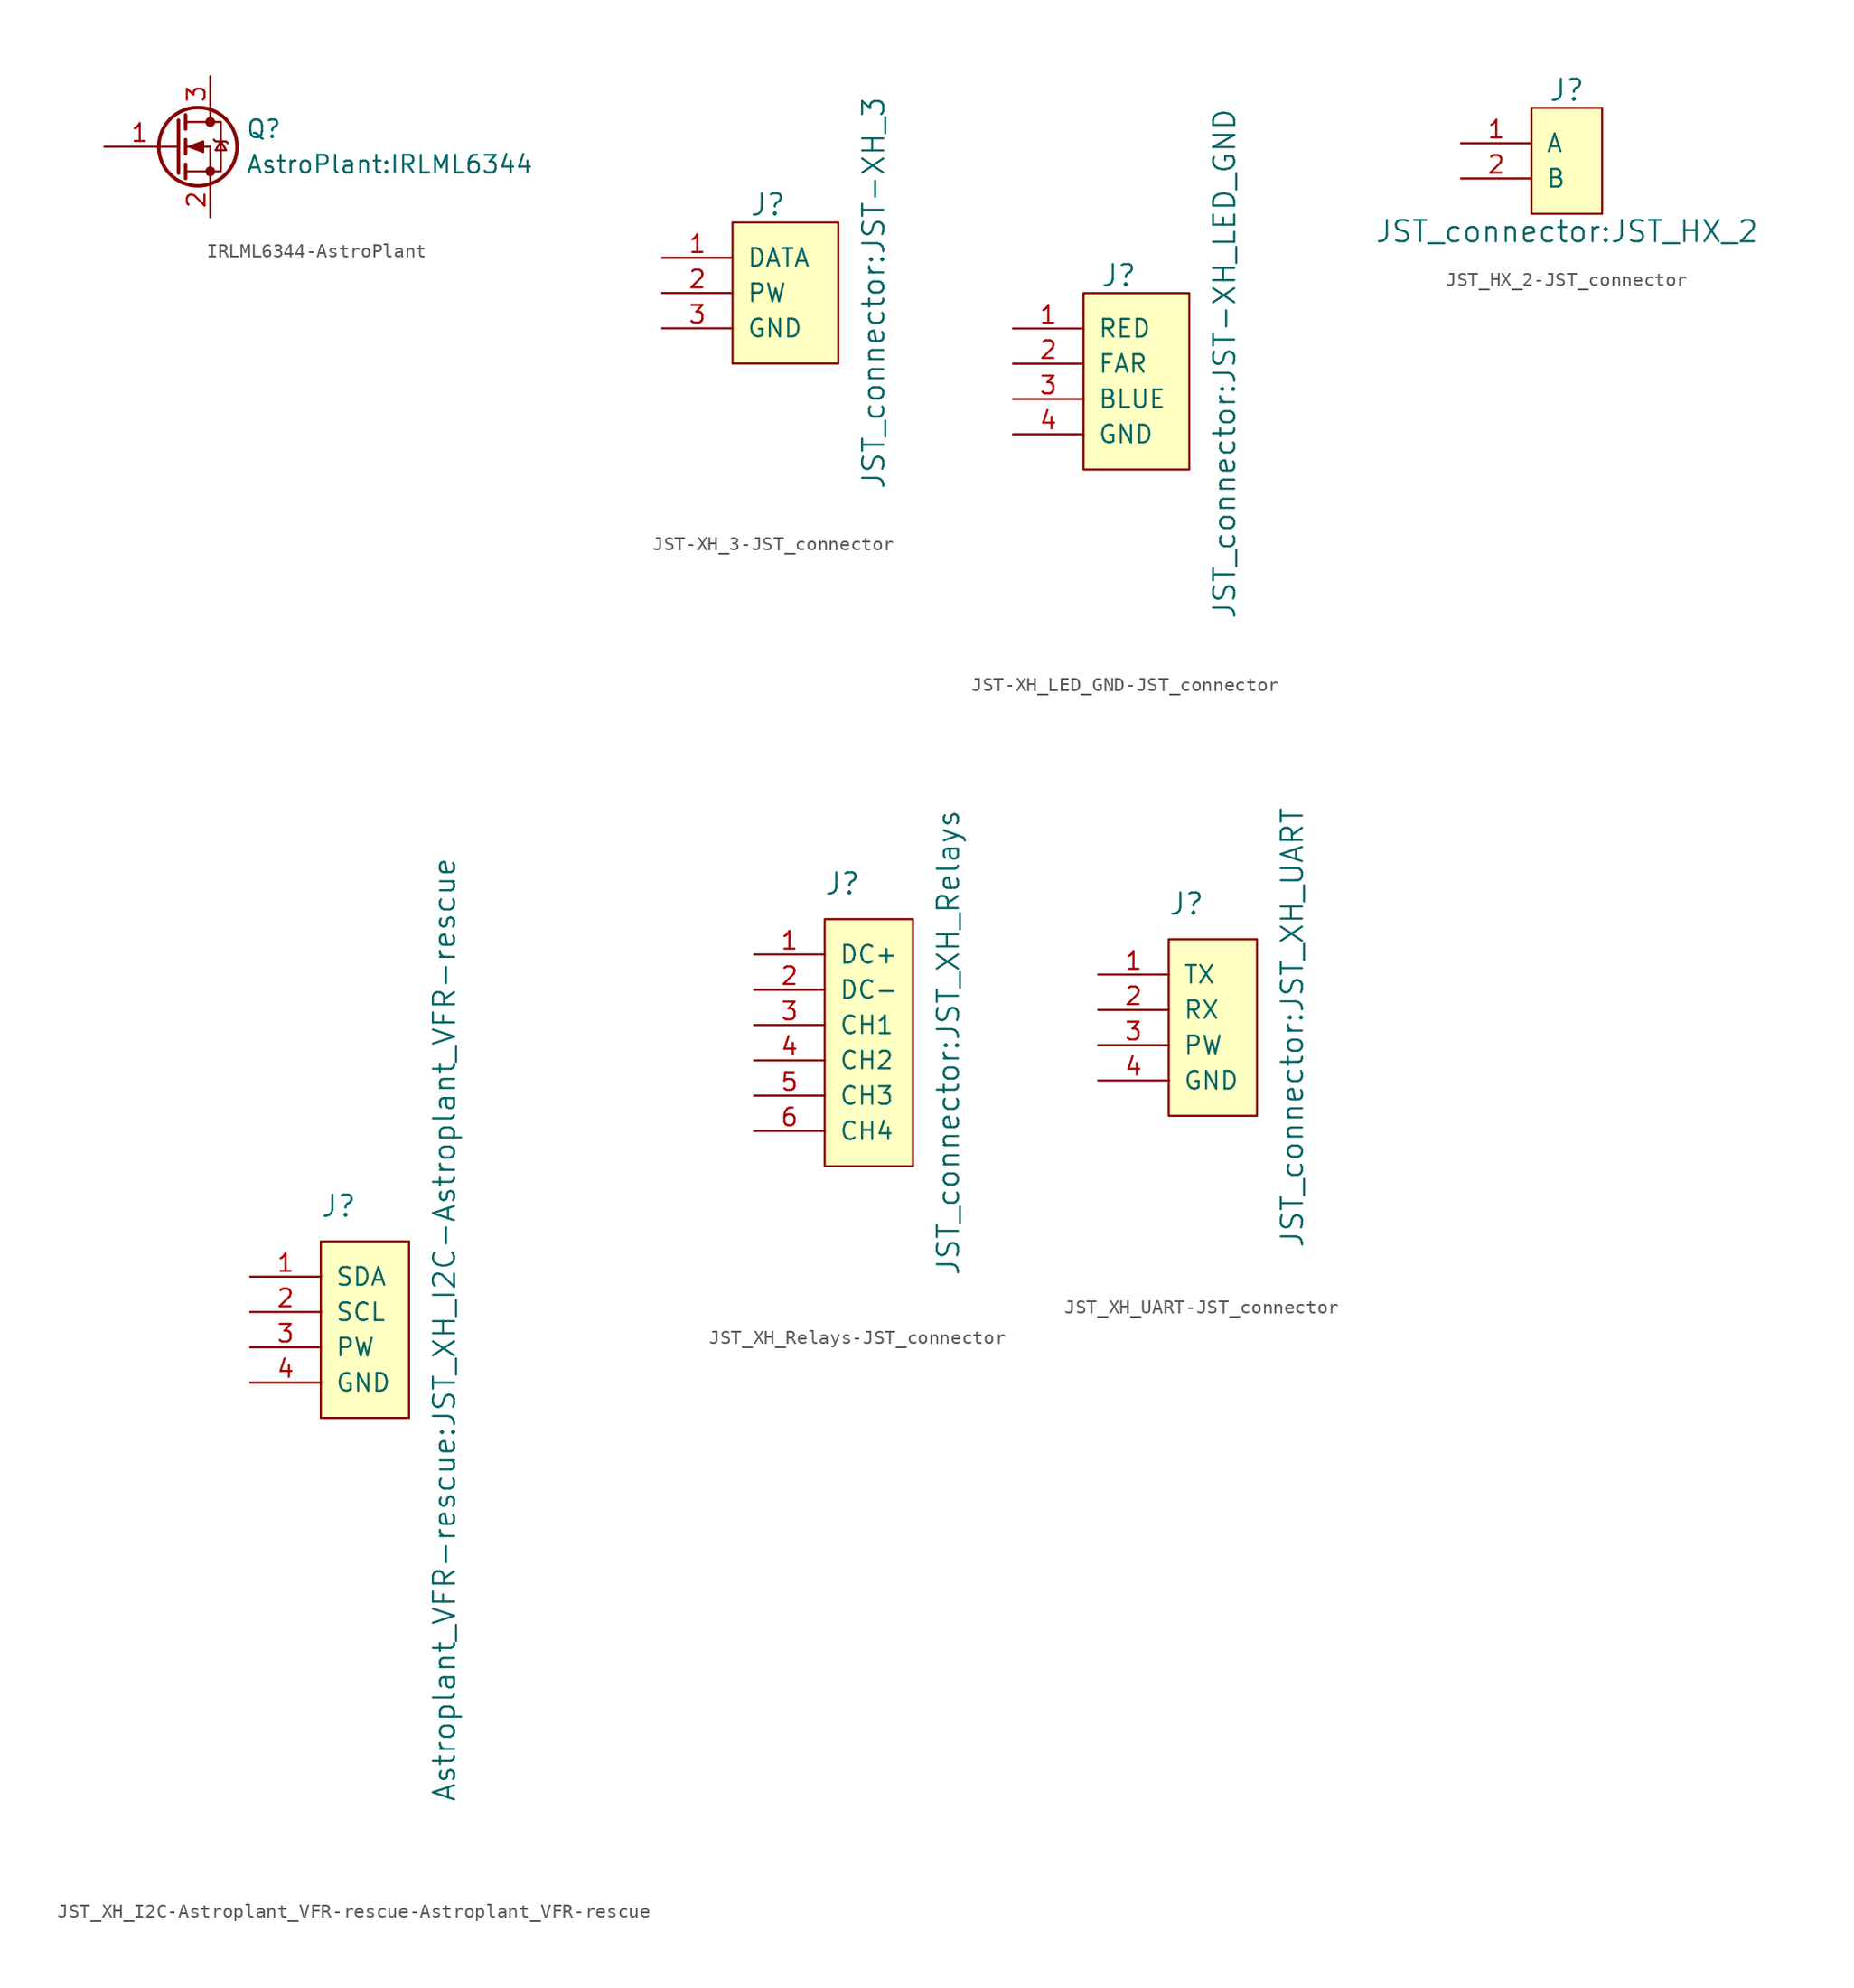
<source format=kicad_sym>
(kicad_symbol_lib
  (version 20220914)
  (generator kicad_symbol_editor)
  (symbol "IRLML6344-AstroPlant"
    (pin_names
      (offset 0) hide)
    (property "Reference" "Q"
      (at 5.08 1.27 0)
      (effects (font (size 1.27 1.27)) (justify left)))
    (property "Value" "AstroPlant:IRLML6344"
      (at 5.08 -1.27 0)
      (effects (font (size 1.27 1.27)) (justify left)))
    (symbol "IRLML6344-AstroPlant_0_1"
      (polyline (pts (xy 0.051 0) (xy 0.254 0)) (stroke (width 0) (type solid)) (fill (type none)))
      (polyline (pts (xy 0.762 -1.778) (xy 2.54 -1.778)) (stroke (width 0) (type solid)) (fill (type none)))
      (polyline (pts (xy 0.762 -1.27) (xy 0.762 -2.286)) (stroke (width 0.254) (type solid)) (fill (type none)))
      (polyline (pts (xy 0.762 0) (xy 2.54 0)) (stroke (width 0) (type solid)) (fill (type none)))
      (polyline (pts (xy 0.762 0.508) (xy 0.762 -0.508)) (stroke (width 0.254) (type solid)) (fill (type none)))
      (polyline (pts (xy 0.762 1.778) (xy 2.54 1.778)) (stroke (width 0) (type solid)) (fill (type none)))
      (polyline (pts (xy 0.762 2.286) (xy 0.762 1.27)) (stroke (width 0.254) (type solid)) (fill (type none)))
      (polyline (pts (xy 2.54 -1.778) (xy 2.54 -2.54)) (stroke (width 0) (type solid)) (fill (type none)))
      (polyline (pts (xy 2.54 -1.778) (xy 2.54 0)) (stroke (width 0) (type solid)) (fill (type none)))
      (polyline (pts (xy 2.54 2.54) (xy 2.54 1.778)) (stroke (width 0) (type solid)) (fill (type none)))
      (polyline (pts (xy 0.254 1.905) (xy 0.254 -1.905) (xy 0.254 -1.905)) (stroke (width 0.254) (type solid)) (fill (type none)))
      (polyline (pts (xy 1.016 0) (xy 2.032 0.381) (xy 2.032 -0.381) (xy 1.016 0)) (stroke (width 0) (type solid)) (fill (type outline)))
      (polyline (pts (xy 2.54 -1.778) (xy 3.302 -1.778) (xy 3.302 1.778) (xy 2.54 1.778)) (stroke (width 0) (type solid)) (fill (type none)))
      (polyline (pts (xy 2.794 0.508) (xy 2.921 0.381) (xy 3.683 0.381) (xy 3.81 0.254)) (stroke (width 0) (type solid)) (fill (type none)))
      (polyline (pts (xy 3.302 0.381) (xy 2.921 -0.254) (xy 3.683 -0.254) (xy 3.302 0.381)) (stroke (width 0) (type solid)) (fill (type none)))
      (circle (center 1.651 0) (radius 2.819) (stroke (width 0.254) (type solid)) (fill (type none)))
      (circle (center 2.54 -1.778) (radius 0.279) (stroke (width 0) (type solid)) (fill (type outline)))
      (circle (center 2.54 1.778) (radius 0.279) (stroke (width 0) (type solid)) (fill (type outline))))
    (symbol "IRLML6344-AstroPlant_1_1"
      (pin input line (at -5.08 0 0) (length 5.08) (name "G" (effects (font (size 1.27 1.27)))) (number "1" (effects (font (size 1.27 1.27)))))
      (pin passive line (at 2.54 -5.08 90) (length 2.54) (name "S" (effects (font (size 1.27 1.27)))) (number "2" (effects (font (size 1.27 1.27)))))
      (pin passive line (at 2.54 5.08 270) (length 2.54) (name "D" (effects (font (size 1.27 1.27)))) (number "3" (effects (font (size 1.27 1.27)))))))
  (symbol "JST-XH_3-JST_connector"
    (pin_names
      (offset 1.016))
    (property "Reference" "J"
      (at -5.08 6.35 0)
      (effects (font (size 1.524 1.524))))
    (property "Value" "JST_connector:JST-XH_3"
      (at 2.54 0 90)
      (effects (font (size 1.524 1.524))))
    (symbol "JST-XH_3-JST_connector_0_1"
      (rectangle (start -7.62 5.08) (end 0 -5.08) (stroke (width 0) (type solid)) (fill (type background))))
    (symbol "JST-XH_3-JST_connector_1_1"
      (pin bidirectional line (at -12.7 2.54 0) (length 5.08) (name "DATA" (effects (font (size 1.27 1.27)))) (number "1" (effects (font (size 1.27 1.27)))))
      (pin input line (at -12.7 0 0) (length 5.08) (name "PW" (effects (font (size 1.27 1.27)))) (number "2" (effects (font (size 1.27 1.27)))))
      (pin input line (at -12.7 -2.54 0) (length 5.08) (name "GND" (effects (font (size 1.27 1.27)))) (number "3" (effects (font (size 1.27 1.27)))))))
  (symbol "JST-XH_LED_GND-JST_connector"
    (pin_names
      (offset 1.016))
    (property "Reference" "J"
      (at -5.08 6.35 0)
      (effects (font (size 1.524 1.524))))
    (property "Value" "JST_connector:JST-XH_LED_GND"
      (at 2.54 0 90)
      (effects (font (size 1.524 1.524))))
    (symbol "JST-XH_LED_GND-JST_connector_0_1"
      (rectangle (start -7.62 5.08) (end 0 -7.62) (stroke (width 0) (type solid)) (fill (type background))))
    (symbol "JST-XH_LED_GND-JST_connector_1_1"
      (pin passive line (at -12.7 2.54 0) (length 5.08) (name "RED" (effects (font (size 1.27 1.27)))) (number "1" (effects (font (size 1.27 1.27)))))
      (pin passive line (at -12.7 0 0) (length 5.08) (name "FAR" (effects (font (size 1.27 1.27)))) (number "2" (effects (font (size 1.27 1.27)))))
      (pin passive line (at -12.7 -2.54 0) (length 5.08) (name "BLUE" (effects (font (size 1.27 1.27)))) (number "3" (effects (font (size 1.27 1.27)))))
      (pin passive line (at -12.7 -5.08 0) (length 5.08) (name "GND" (effects (font (size 1.27 1.27)))) (number "4" (effects (font (size 1.27 1.27)))))))
  (symbol "JST_HX_2-JST_connector"
    (pin_names
      (offset 1.016))
    (property "Reference" "J"
      (at 0 6.35 0)
      (effects (font (size 1.524 1.524))))
    (property "Value" "JST_connector:JST_HX_2"
      (at 0 -3.81 0)
      (effects (font (size 1.524 1.524))))
    (symbol "JST_HX_2-JST_connector_0_1"
      (rectangle (start -2.54 5.08) (end 2.54 -2.54) (stroke (width 0) (type solid)) (fill (type background))))
    (symbol "JST_HX_2-JST_connector_1_1"
      (pin passive line (at -7.62 2.54 0) (length 5.08) (name "A" (effects (font (size 1.27 1.27)))) (number "1" (effects (font (size 1.27 1.27)))))
      (pin passive line (at -7.62 0 0) (length 5.08) (name "B" (effects (font (size 1.27 1.27)))) (number "2" (effects (font (size 1.27 1.27)))))))
  (symbol "JST_XH_I2C-Astroplant_VFR-rescue-Astroplant_VFR-rescue"
    (pin_names
      (offset 1.016))
    (property "Reference" "J"
      (at -2.54 10.16 0)
      (effects (font (size 1.524 1.524))))
    (property "Value" "Astroplant_VFR-rescue:JST_XH_I2C-Astroplant_VFR-rescue"
      (at 5.08 1.27 90)
      (effects (font (size 1.524 1.524))))
    (symbol "JST_XH_I2C-Astroplant_VFR-rescue-Astroplant_VFR-rescue_0_1"
      (rectangle (start -3.81 7.62) (end 2.54 -5.08) (stroke (width 0) (type solid)) (fill (type background))))
    (symbol "JST_XH_I2C-Astroplant_VFR-rescue-Astroplant_VFR-rescue_1_1"
      (pin bidirectional line (at -8.89 5.08 0) (length 5.08) (name "SDA" (effects (font (size 1.27 1.27)))) (number "1" (effects (font (size 1.27 1.27)))))
      (pin bidirectional line (at -8.89 2.54 0) (length 5.08) (name "SCL" (effects (font (size 1.27 1.27)))) (number "2" (effects (font (size 1.27 1.27)))))
      (pin power_in line (at -8.89 0 0) (length 5.08) (name "PW" (effects (font (size 1.27 1.27)))) (number "3" (effects (font (size 1.27 1.27)))))
      (pin passive line (at -8.89 -2.54 0) (length 5.08) (name "GND" (effects (font (size 1.27 1.27)))) (number "4" (effects (font (size 1.27 1.27)))))))
  (symbol "JST_XH_Relays-JST_connector"
    (pin_names
      (offset 1.016))
    (property "Reference" "J"
      (at -2.54 11.43 0)
      (effects (font (size 1.524 1.524))))
    (property "Value" "JST_connector:JST_XH_Relays"
      (at 5.08 0 90)
      (effects (font (size 1.524 1.524))))
    (symbol "JST_XH_Relays-JST_connector_0_1"
      (rectangle (start -3.81 8.89) (end 2.54 -8.89) (stroke (width 0) (type solid)) (fill (type background))))
    (symbol "JST_XH_Relays-JST_connector_1_1"
      (pin power_in line (at -8.89 6.35 0) (length 5.08) (name "DC+" (effects (font (size 1.27 1.27)))) (number "1" (effects (font (size 1.27 1.27)))))
      (pin power_in line (at -8.89 3.81 0) (length 5.08) (name "DC-" (effects (font (size 1.27 1.27)))) (number "2" (effects (font (size 1.27 1.27)))))
      (pin input line (at -8.89 1.27 0) (length 5.08) (name "CH1" (effects (font (size 1.27 1.27)))) (number "3" (effects (font (size 1.27 1.27)))))
      (pin input line (at -8.89 -1.27 0) (length 5.08) (name "CH2" (effects (font (size 1.27 1.27)))) (number "4" (effects (font (size 1.27 1.27)))))
      (pin input line (at -8.89 -3.81 0) (length 5.08) (name "CH3" (effects (font (size 1.27 1.27)))) (number "5" (effects (font (size 1.27 1.27)))))
      (pin input line (at -8.89 -6.35 0) (length 5.08) (name "CH4" (effects (font (size 1.27 1.27)))) (number "6" (effects (font (size 1.27 1.27)))))))
  (symbol "JST_XH_UART-JST_connector"
    (pin_names
      (offset 1.016))
    (property "Reference" "J"
      (at -2.54 10.16 0)
      (effects (font (size 1.524 1.524))))
    (property "Value" "JST_connector:JST_XH_UART"
      (at 5.08 1.27 90)
      (effects (font (size 1.524 1.524))))
    (symbol "JST_XH_UART-JST_connector_0_1"
      (rectangle (start -3.81 7.62) (end 2.54 -5.08) (stroke (width 0) (type solid)) (fill (type background))))
    (symbol "JST_XH_UART-JST_connector_1_1"
      (pin input line (at -8.89 5.08 0) (length 5.08) (name "TX" (effects (font (size 1.27 1.27)))) (number "1" (effects (font (size 1.27 1.27)))))
      (pin input line (at -8.89 2.54 0) (length 5.08) (name "RX" (effects (font (size 1.27 1.27)))) (number "2" (effects (font (size 1.27 1.27)))))
      (pin input line (at -8.89 0 0) (length 5.08) (name "PW" (effects (font (size 1.27 1.27)))) (number "3" (effects (font (size 1.27 1.27)))))
      (pin input line (at -8.89 -2.54 0) (length 5.08) (name "GND" (effects (font (size 1.27 1.27)))) (number "4" (effects (font (size 1.27 1.27))))))))
</source>
